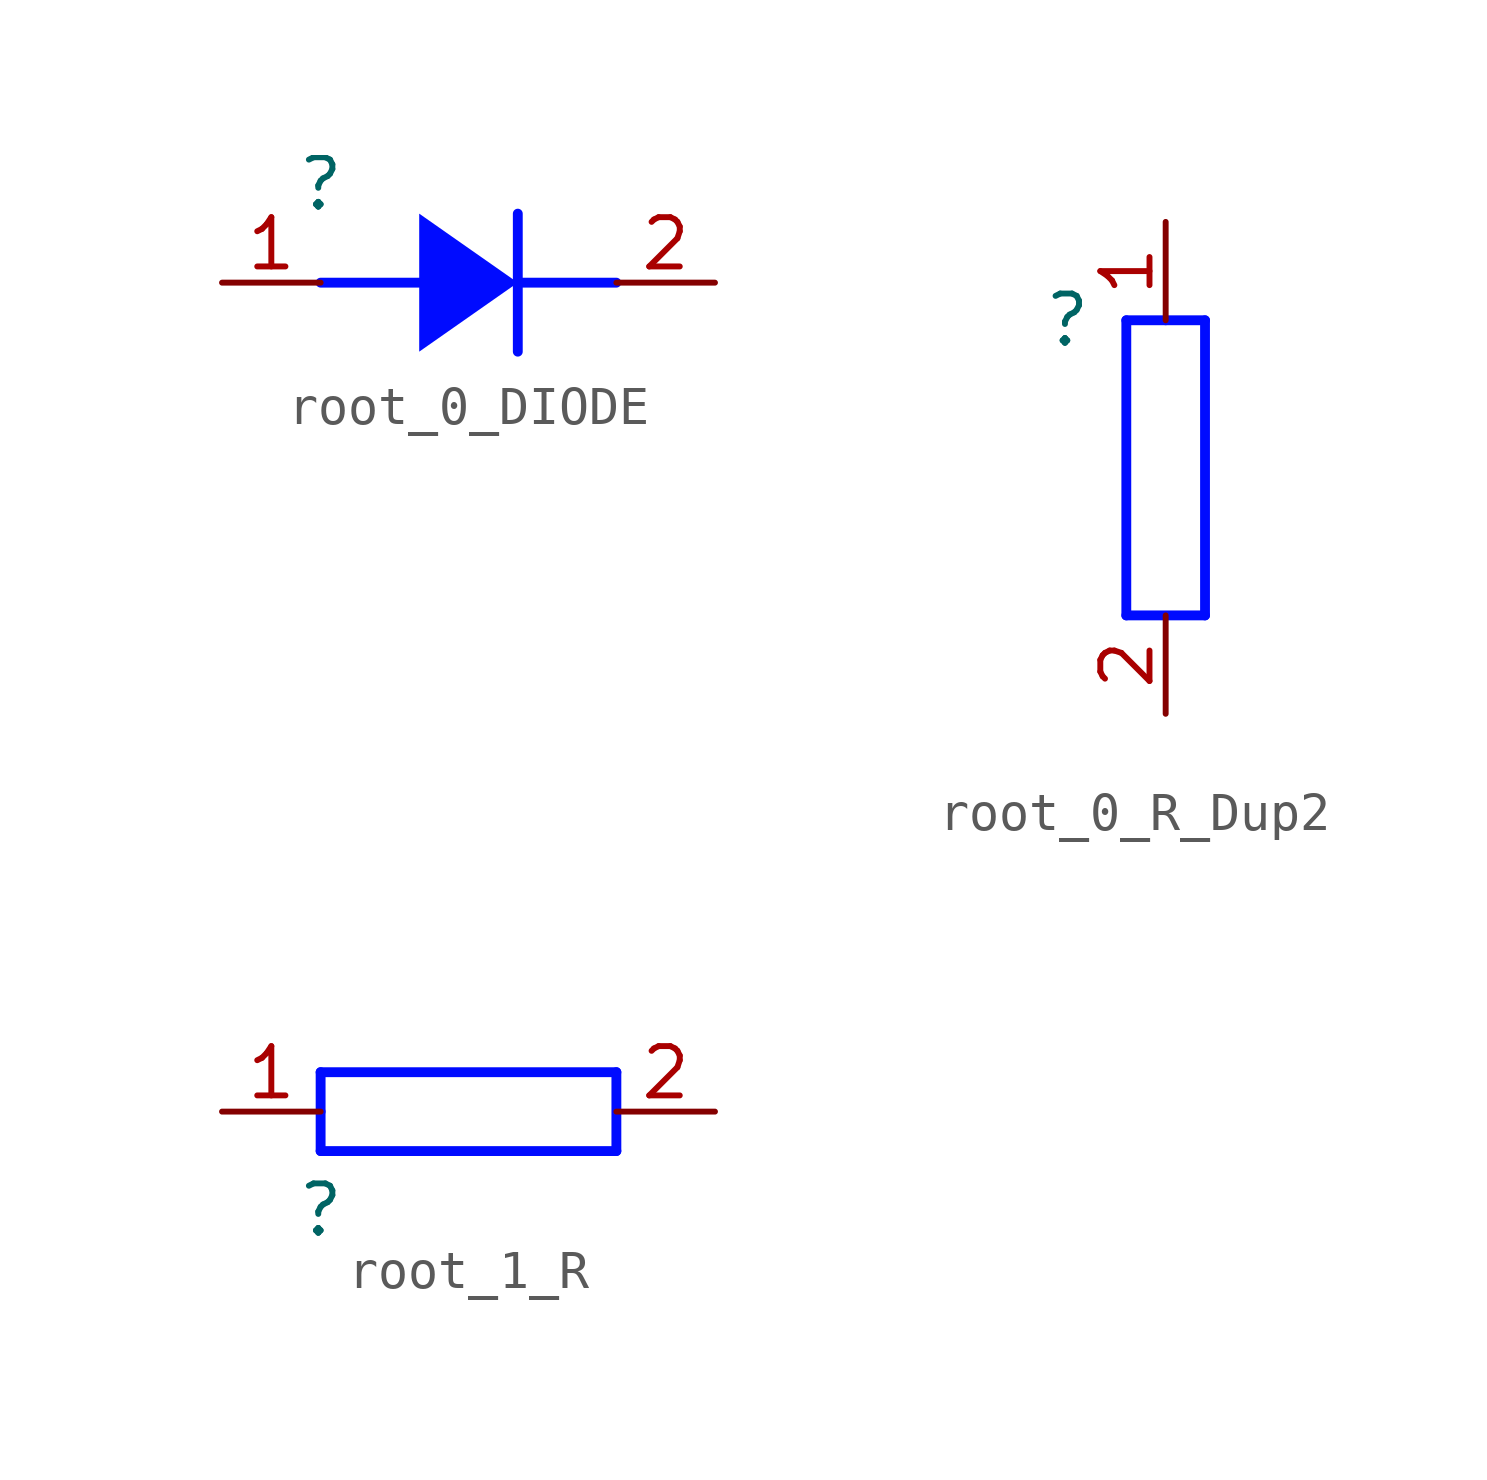
<source format=kicad_sym>
(kicad_symbol_lib
  (version 20231120)
  (generator "kicad_symbol_editor")
  (generator_version "8.0")
  (symbol "root_0_DIODE"
    (property "Reference" ""
      (at 0 0 0)
      (effects (font (size 1.27 1.27))))
    (property "Value" ""
      (at 0 0 0)
      (effects (font (size 1.27 1.27))))
    (symbol "root_0_DIODE_1_0"
      (polyline (pts (xy 0 -2.54) (xy 2.54 -2.54)) (stroke (width 0.254) (type solid) (color 0 11 255 1)) (fill (type none)))
      (polyline (pts (xy 5.08 -2.54) (xy 7.62 -2.54)) (stroke (width 0.254) (type solid) (color 0 11 255 1)) (fill (type none)))
      (polyline (pts (xy 5.08 -0.762) (xy 5.08 -4.318)) (stroke (width 0.254) (type solid) (color 0 11 255 1)) (fill (type none)))
      (polyline (pts (xy 5.08 -2.54) (xy 5.08 -2.54) (xy 2.54 -4.318) (xy 2.54 -0.762) (xy 5.08 -2.54) (xy 5.08 -2.54)) (stroke (width -0.0001) (type solid) (color 0 11 255 1)) (fill (type outline)))
      (pin passive line (at -2.54 -2.54 0) (length 2.54) (name "A" (effects (font (size 0 0)))) (number "1" (effects (font (size 1.27 1.27)))))
      (pin passive line (at 10.16 -2.54 180) (length 2.54) (name "K" (effects (font (size 0 0)))) (number "2" (effects (font (size 1.27 1.27)))))))
  (symbol "root_0_R_Dup2"
    (property "Reference" ""
      (at 0 0 0)
      (effects (font (size 1.27 1.27))))
    (property "Value" ""
      (at 0 0 0)
      (effects (font (size 1.27 1.27))))
    (symbol "root_0_R_Dup2_1_0"
      (polyline (pts (xy 1.524 -7.62) (xy 1.524 0)) (stroke (width 0.254) (type solid) (color 0 11 255 1)) (fill (type none)))
      (polyline (pts (xy 1.524 0) (xy 2.54 0)) (stroke (width 0.254) (type solid) (color 0 11 255 1)) (fill (type none)))
      (polyline (pts (xy 2.54 0) (xy 3.556 0)) (stroke (width 0.254) (type solid) (color 0 11 255 1)) (fill (type none)))
      (polyline (pts (xy 3.556 -7.62) (xy 1.524 -7.62)) (stroke (width 0.254) (type solid) (color 0 11 255 1)) (fill (type none)))
      (polyline (pts (xy 3.556 0) (xy 3.556 -7.62)) (stroke (width 0.254) (type solid) (color 0 11 255 1)) (fill (type none)))
      (pin passive line (at 2.54 2.54 270) (length 2.54) (name "1" (effects (font (size 0 0)))) (number "1" (effects (font (size 1.27 1.27)))))
      (pin passive line (at 2.54 -10.16 90) (length 2.54) (name "2" (effects (font (size 0 0)))) (number "2" (effects (font (size 1.27 1.27)))))))
  (symbol "root_1_R"
    (property "Reference" ""
      (at 0 0 0)
      (effects (font (size 1.27 1.27))))
    (property "Value" ""
      (at 0 0 0)
      (effects (font (size 1.27 1.27))))
    (symbol "root_1_R_1_0"
      (polyline (pts (xy 0 1.524) (xy 0 2.54)) (stroke (width 0.254) (type solid) (color 0 11 255 1)) (fill (type none)))
      (polyline (pts (xy 0 2.54) (xy 0 3.556)) (stroke (width 0.254) (type solid) (color 0 11 255 1)) (fill (type none)))
      (polyline (pts (xy 0 3.556) (xy 7.62 3.556)) (stroke (width 0.254) (type solid) (color 0 11 255 1)) (fill (type none)))
      (polyline (pts (xy 7.62 1.524) (xy 0 1.524)) (stroke (width 0.254) (type solid) (color 0 11 255 1)) (fill (type none)))
      (polyline (pts (xy 7.62 3.556) (xy 7.62 1.524)) (stroke (width 0.254) (type solid) (color 0 11 255 1)) (fill (type none)))
      (pin passive line (at -2.54 2.54 0) (length 2.54) (name "1" (effects (font (size 0 0)))) (number "1" (effects (font (size 1.27 1.27)))))
      (pin passive line (at 10.16 2.54 180) (length 2.54) (name "2" (effects (font (size 0 0)))) (number "2" (effects (font (size 1.27 1.27))))))))
</source>
